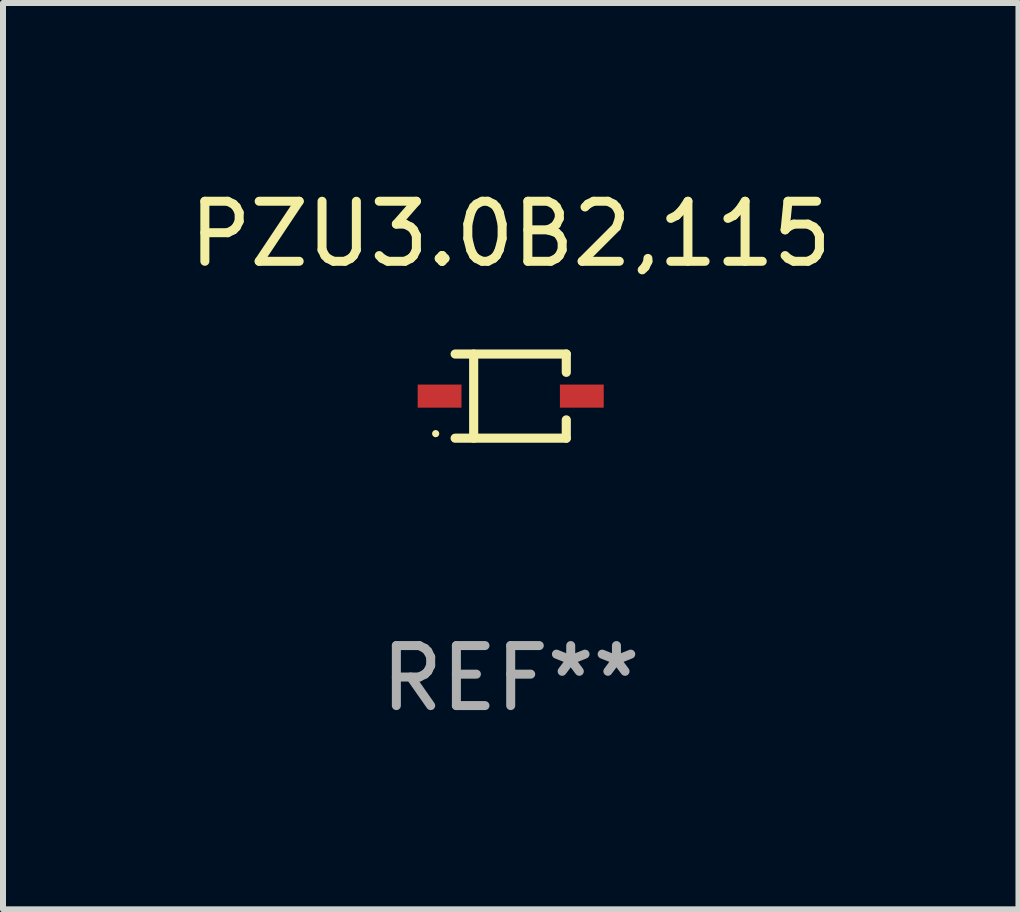
<source format=kicad_pcb>
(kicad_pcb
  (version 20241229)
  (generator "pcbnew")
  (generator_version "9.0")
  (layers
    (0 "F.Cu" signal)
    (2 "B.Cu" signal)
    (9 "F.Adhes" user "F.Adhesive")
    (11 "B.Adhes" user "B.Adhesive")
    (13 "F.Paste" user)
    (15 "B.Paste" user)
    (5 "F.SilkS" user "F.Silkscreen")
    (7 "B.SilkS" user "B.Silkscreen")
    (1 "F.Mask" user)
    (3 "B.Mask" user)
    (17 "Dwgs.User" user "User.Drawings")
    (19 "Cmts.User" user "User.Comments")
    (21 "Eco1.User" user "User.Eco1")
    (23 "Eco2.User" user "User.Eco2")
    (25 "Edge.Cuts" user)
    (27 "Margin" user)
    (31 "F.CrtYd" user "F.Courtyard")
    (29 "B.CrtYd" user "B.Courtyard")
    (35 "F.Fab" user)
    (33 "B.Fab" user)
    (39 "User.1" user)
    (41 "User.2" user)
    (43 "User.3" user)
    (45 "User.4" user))
  (footprint "PZU3.0B2,115"
    (layer "F.Cu")
    (at 5.458 3.549)
    (property "Reference" "PZU3.0B2,115" (at 0 -2.701 0) (layer "F.SilkS") (effects (font (size 1 1) (thickness 0.15))))
    (attr through_hole)
    (fp_line (start -0.926 -0.701) (end 0.926 -0.701) (stroke (width 0.152) (type solid)) (layer "F.SilkS"))
    (fp_line (start -0.926 0.701) (end 0.926 0.701) (stroke (width 0.152) (type solid)) (layer "F.SilkS"))
    (fp_line (start -0.617 -0.701) (end -0.617 0.701) (stroke (width 0.152) (type solid)) (layer "F.SilkS"))
    (fp_line (start 0.926 -0.701) (end 0.926 -0.396) (stroke (width 0.152) (type solid)) (layer "F.SilkS"))
    (fp_line (start 0.926 0.701) (end 0.926 0.396) (stroke (width 0.152) (type solid)) (layer "F.SilkS"))
    (fp_circle (center -1.25 0.625) (end -1.22 0.625) (stroke (width 0.06) (type solid)) (fill no) (layer "F.SilkS"))
    (fp_text user "REF**" (at 0 4.701 0) (layer "F.Fab") (effects (font (size 1 1) (thickness 0.15))))
    (pad "1" smd rect (at -1.185 0 180) (size 0.73 0.385) (layers "F.Cu" "F.Mask" "F.Paste"))
    (pad "2" smd rect (at 1.185 0 180) (size 0.73 0.385) (layers "F.Cu" "F.Mask" "F.Paste")))
  (gr_rect
    (start -3 -3)
    (end 13.917 12.099)
    (stroke (width 0.1) (type default))
    (fill no)
    (layer "Edge.Cuts")))
</source>
